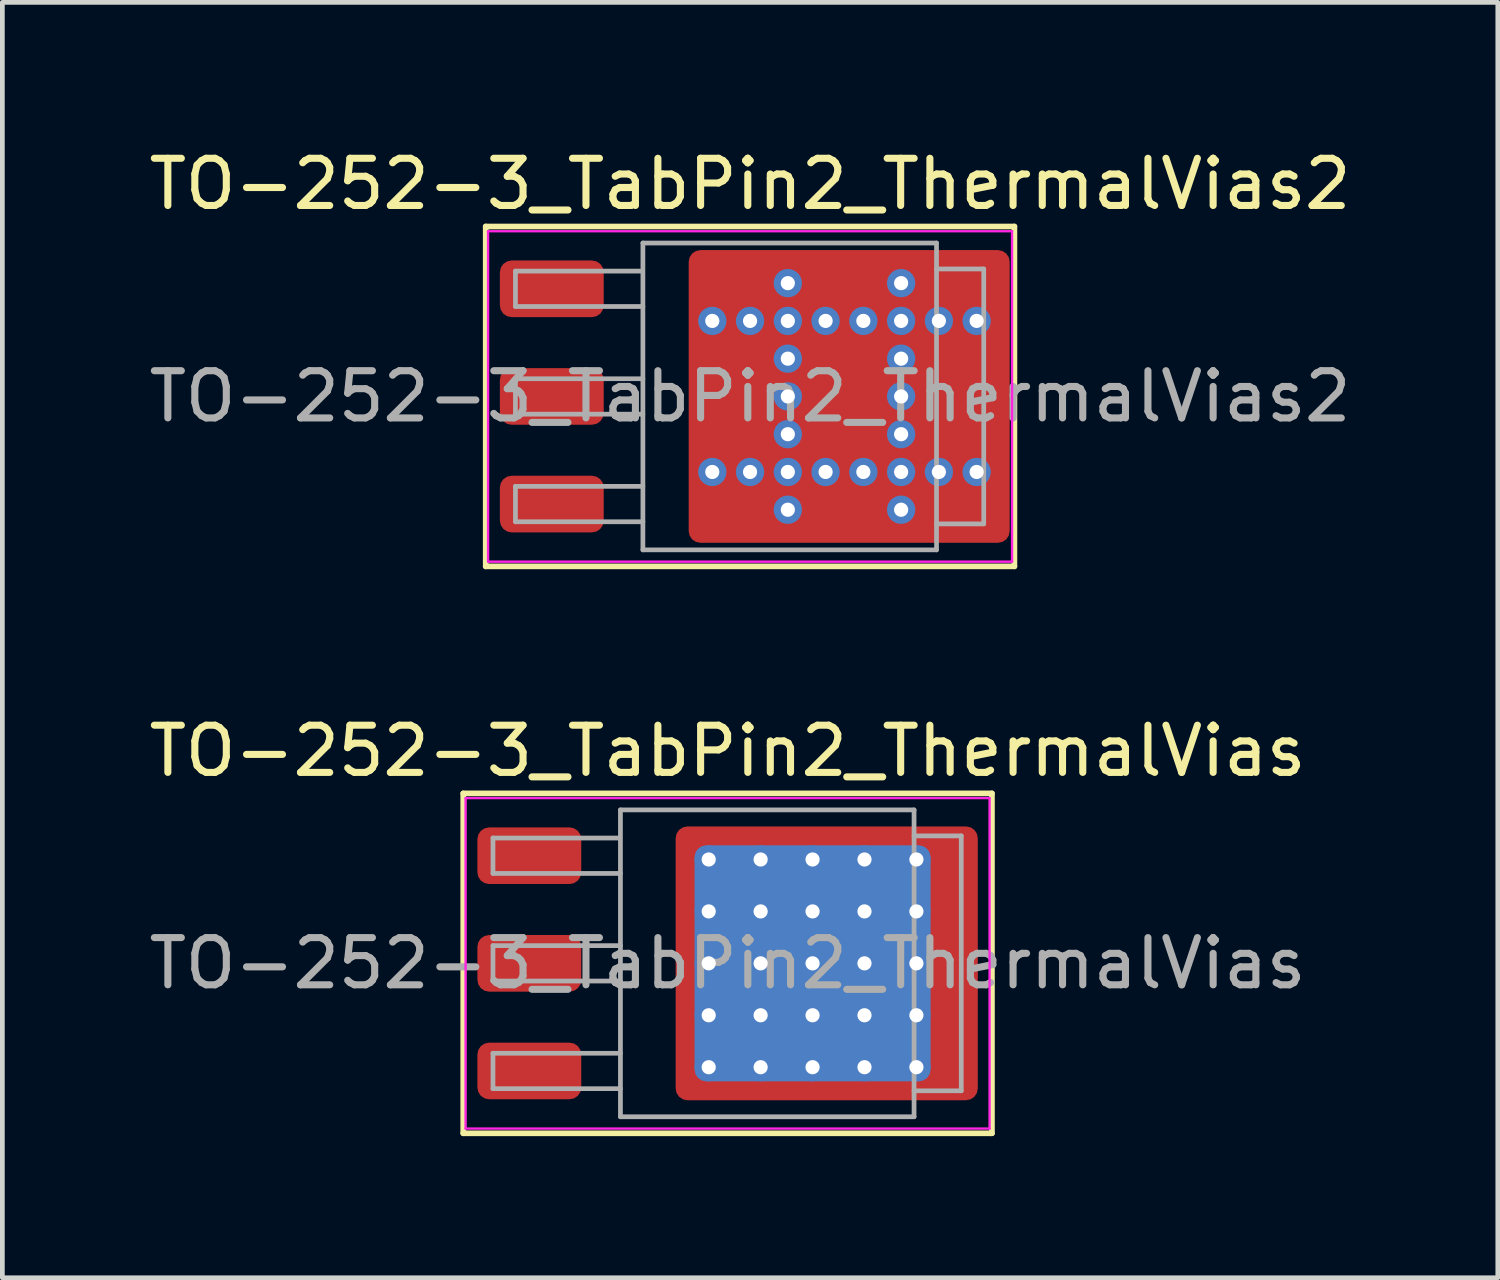
<source format=kicad_pcb>
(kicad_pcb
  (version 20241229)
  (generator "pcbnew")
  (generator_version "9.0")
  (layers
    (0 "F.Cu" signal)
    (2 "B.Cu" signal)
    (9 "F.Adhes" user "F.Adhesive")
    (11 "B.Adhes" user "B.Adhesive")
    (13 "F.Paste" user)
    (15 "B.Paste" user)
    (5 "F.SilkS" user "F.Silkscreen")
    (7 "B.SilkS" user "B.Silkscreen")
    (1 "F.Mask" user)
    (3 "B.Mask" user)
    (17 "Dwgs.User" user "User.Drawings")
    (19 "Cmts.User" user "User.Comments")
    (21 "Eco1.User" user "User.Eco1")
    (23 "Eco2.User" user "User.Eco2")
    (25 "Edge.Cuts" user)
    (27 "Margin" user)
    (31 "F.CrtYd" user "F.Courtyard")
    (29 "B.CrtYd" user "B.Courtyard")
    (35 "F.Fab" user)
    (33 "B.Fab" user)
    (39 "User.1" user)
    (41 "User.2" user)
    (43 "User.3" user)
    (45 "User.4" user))
  (footprint "TO-252-3_TabPin2_ThermalVias"
    (layer "F.Cu")
    (at 12.363 17.357)
    (property "Reference" "TO-252-3_TabPin2_ThermalVias" (at 0 -4.5 0) (layer "F.SilkS") (effects (font (size 1 1) (thickness 0.15))))
    (attr smd)
    (fp_line (start -5.6 -3.6) (end -5.6 3.6) (stroke (width 0.12) (type solid)) (layer "F.SilkS"))
    (fp_line (start -5.6 3.6) (end 5.6 3.6) (stroke (width 0.12) (type solid)) (layer "F.SilkS"))
    (fp_line (start 5.6 -3.6) (end -5.6 -3.6) (stroke (width 0.12) (type solid)) (layer "F.SilkS"))
    (fp_line (start 5.6 3.6) (end 5.6 -3.6) (stroke (width 0.12) (type solid)) (layer "F.SilkS"))
    (fp_line (start -5.55 -3.5) (end -5.55 3.5) (stroke (width 0.05) (type solid)) (layer "F.CrtYd"))
    (fp_line (start -5.55 3.5) (end 5.55 3.5) (stroke (width 0.05) (type solid)) (layer "F.CrtYd"))
    (fp_line (start 5.55 -3.5) (end -5.55 -3.5) (stroke (width 0.05) (type solid)) (layer "F.CrtYd"))
    (fp_line (start 5.55 3.5) (end 5.55 -3.5) (stroke (width 0.05) (type solid)) (layer "F.CrtYd"))
    (fp_line (start -4.97 -2.655) (end -4.97 -1.905) (stroke (width 0.1) (type solid)) (layer "F.Fab"))
    (fp_line (start -4.97 -1.905) (end -2.27 -1.905) (stroke (width 0.1) (type solid)) (layer "F.Fab"))
    (fp_line (start -4.97 -0.375) (end -4.97 0.375) (stroke (width 0.1) (type solid)) (layer "F.Fab"))
    (fp_line (start -4.97 0.375) (end -2.27 0.375) (stroke (width 0.1) (type solid)) (layer "F.Fab"))
    (fp_line (start -4.97 1.905) (end -4.97 2.655) (stroke (width 0.1) (type solid)) (layer "F.Fab"))
    (fp_line (start -4.97 2.655) (end -2.27 2.655) (stroke (width 0.1) (type solid)) (layer "F.Fab"))
    (fp_line (start -2.3 -2.655) (end -4.97 -2.655) (stroke (width 0.1) (type solid)) (layer "F.Fab"))
    (fp_line (start -2.27 -3.25) (end 3.95 -3.25) (stroke (width 0.1) (type solid)) (layer "F.Fab"))
    (fp_line (start -2.27 -0.375) (end -4.97 -0.375) (stroke (width 0.1) (type solid)) (layer "F.Fab"))
    (fp_line (start -2.27 1.905) (end -4.97 1.905) (stroke (width 0.1) (type solid)) (layer "F.Fab"))
    (fp_line (start -2.27 3.25) (end -2.27 -3.25) (stroke (width 0.1) (type solid)) (layer "F.Fab"))
    (fp_line (start 3.95 -3.25) (end 3.95 3.25) (stroke (width 0.1) (type solid)) (layer "F.Fab"))
    (fp_line (start 3.95 -2.7) (end 4.95 -2.7) (stroke (width 0.1) (type solid)) (layer "F.Fab"))
    (fp_line (start 3.95 3.25) (end -2.27 3.25) (stroke (width 0.1) (type solid)) (layer "F.Fab"))
    (fp_line (start 4.95 -2.7) (end 4.95 2.7) (stroke (width 0.1) (type solid)) (layer "F.Fab"))
    (fp_line (start 4.95 2.7) (end 3.95 2.7) (stroke (width 0.1) (type solid)) (layer "F.Fab"))
    (fp_text user "${REFERENCE}" (at 0 0 0) (layer "F.Fab") (effects (font (size 1 1) (thickness 0.15))))
    (pad "" smd roundrect (at -0.8 -2.55 90) (size 0.5 0.5) (layers "F.Paste") (roundrect_rratio 0.25))
    (pad "" smd roundrect (at -0.8 -1.65 90) (size 0.9 0.5) (layers "F.Paste") (roundrect_rratio 0.25))
    (pad "" smd roundrect (at -0.8 -0.55 90) (size 0.9 0.5) (layers "F.Paste") (roundrect_rratio 0.25))
    (pad "" smd roundrect (at -0.8 0.55 90) (size 0.9 0.5) (layers "F.Paste") (roundrect_rratio 0.25))
    (pad "" smd roundrect (at -0.8 1.65 90) (size 0.9 0.5) (layers "F.Paste") (roundrect_rratio 0.25))
    (pad "" smd roundrect (at -0.8 2.6 90) (size 0.5 0.5) (layers "F.Paste") (roundrect_rratio 0.25))
    (pad "" smd roundrect (at 0.15 -2.55) (size 0.9 0.5) (layers "F.Paste") (roundrect_rratio 0.25))
    (pad "" smd roundrect (at 0.15 -1.65) (size 0.9 0.9) (layers "F.Paste") (roundrect_rratio 0.25))
    (pad "" smd roundrect (at 0.15 -0.55) (size 0.9 0.9) (layers "F.Paste") (roundrect_rratio 0.25))
    (pad "" smd roundrect (at 0.15 0.55) (size 0.9 0.9) (layers "F.Paste") (roundrect_rratio 0.25))
    (pad "" smd roundrect (at 0.15 1.65) (size 0.9 0.9) (layers "F.Paste") (roundrect_rratio 0.25))
    (pad "" smd roundrect (at 0.15 2.6) (size 0.9 0.5) (layers "F.Paste") (roundrect_rratio 0.25))
    (pad "" smd roundrect (at 1.25 -2.55) (size 0.9 0.5) (layers "F.Paste") (roundrect_rratio 0.25))
    (pad "" smd roundrect (at 1.25 -1.65) (size 0.9 0.9) (layers "F.Paste") (roundrect_rratio 0.25))
    (pad "" smd roundrect (at 1.25 -0.55) (size 0.9 0.9) (layers "F.Paste") (roundrect_rratio 0.25))
    (pad "" smd roundrect (at 1.25 0.55) (size 0.9 0.9) (layers "F.Paste") (roundrect_rratio 0.25))
    (pad "" smd roundrect (at 1.25 1.65) (size 0.9 0.9) (layers "F.Paste") (roundrect_rratio 0.25))
    (pad "" smd roundrect (at 1.25 2.6) (size 0.9 0.5) (layers "F.Paste") (roundrect_rratio 0.25))
    (pad "" smd roundrect (at 2.35 -2.55) (size 0.9 0.5) (layers "F.Paste") (roundrect_rratio 0.25))
    (pad "" smd roundrect (at 2.35 -1.65) (size 0.9 0.9) (layers "F.Paste") (roundrect_rratio 0.25))
    (pad "" smd roundrect (at 2.35 -0.55) (size 0.9 0.9) (layers "F.Paste") (roundrect_rratio 0.25))
    (pad "" smd roundrect (at 2.35 0.55) (size 0.9 0.9) (layers "F.Paste") (roundrect_rratio 0.25))
    (pad "" smd roundrect (at 2.35 1.65) (size 0.9 0.9) (layers "F.Paste") (roundrect_rratio 0.25))
    (pad "" smd roundrect (at 2.35 2.6) (size 0.9 0.5) (layers "F.Paste") (roundrect_rratio 0.25))
    (pad "" smd roundrect (at 3.45 -2.55) (size 0.9 0.5) (layers "F.Paste") (roundrect_rratio 0.25))
    (pad "" smd roundrect (at 3.45 -1.65) (size 0.9 0.9) (layers "F.Paste") (roundrect_rratio 0.25))
    (pad "" smd roundrect (at 3.45 -0.55) (size 0.9 0.9) (layers "F.Paste") (roundrect_rratio 0.25))
    (pad "" smd roundrect (at 3.45 0.55) (size 0.9 0.9) (layers "F.Paste") (roundrect_rratio 0.25))
    (pad "" smd roundrect (at 3.45 1.65) (size 0.9 0.9) (layers "F.Paste") (roundrect_rratio 0.25))
    (pad "" smd roundrect (at 3.45 2.6) (size 0.9 0.5) (layers "F.Paste") (roundrect_rratio 0.25))
    (pad "" smd roundrect (at 4.6 -2.55 90) (size 0.5 0.9) (layers "F.Paste") (roundrect_rratio 0.25))
    (pad "" smd roundrect (at 4.6 -1.65 90) (size 0.9 0.9) (layers "F.Paste") (roundrect_rratio 0.25))
    (pad "" smd roundrect (at 4.6 -0.55 90) (size 0.9 0.9) (layers "F.Paste") (roundrect_rratio 0.25))
    (pad "" smd roundrect (at 4.6 0.55 90) (size 0.9 0.9) (layers "F.Paste") (roundrect_rratio 0.25))
    (pad "" smd roundrect (at 4.6 1.65 90) (size 0.9 0.9) (layers "F.Paste") (roundrect_rratio 0.25))
    (pad "" smd roundrect (at 4.6 2.6 90) (size 0.5 0.9) (layers "F.Paste") (roundrect_rratio 0.25))
    (pad "1" smd roundrect (at -4.2 -2.28) (size 2.2 1.2) (layers "F.Cu" "F.Mask" "F.Paste") (roundrect_rratio 0.208))
    (pad "2" smd roundrect (at -4.2 0) (size 2.2 1.2) (layers "F.Cu" "F.Mask" "F.Paste") (roundrect_rratio 0.208))
    (pad "2" thru_hole circle (at -0.4 -2.2) (size 0.6 0.6) (drill 0.3) (property pad_prop_heatsink) (layers "*.Cu"))
    (pad "2" thru_hole circle (at -0.4 -1.1) (size 0.6 0.6) (drill 0.3) (property pad_prop_heatsink) (layers "*.Cu"))
    (pad "2" thru_hole circle (at -0.4 0) (size 0.6 0.6) (drill 0.3) (property pad_prop_heatsink) (layers "*.Cu"))
    (pad "2" thru_hole circle (at -0.4 1.1) (size 0.6 0.6) (drill 0.3) (property pad_prop_heatsink) (layers "*.Cu"))
    (pad "2" thru_hole circle (at -0.4 2.2) (size 0.6 0.6) (drill 0.3) (property pad_prop_heatsink) (layers "*.Cu"))
    (pad "2" thru_hole circle (at 0.7 -2.2) (size 0.6 0.6) (drill 0.3) (property pad_prop_heatsink) (layers "*.Cu"))
    (pad "2" thru_hole circle (at 0.7 -1.1) (size 0.6 0.6) (drill 0.3) (property pad_prop_heatsink) (layers "*.Cu"))
    (pad "2" thru_hole circle (at 0.7 0) (size 0.6 0.6) (drill 0.3) (property pad_prop_heatsink) (layers "*.Cu"))
    (pad "2" thru_hole circle (at 0.7 1.1) (size 0.6 0.6) (drill 0.3) (property pad_prop_heatsink) (layers "*.Cu"))
    (pad "2" thru_hole circle (at 0.7 2.2) (size 0.6 0.6) (drill 0.3) (property pad_prop_heatsink) (layers "*.Cu"))
    (pad "2" thru_hole circle (at 1.8 -2.2) (size 0.6 0.6) (drill 0.3) (property pad_prop_heatsink) (layers "*.Cu"))
    (pad "2" thru_hole circle (at 1.8 -1.1) (size 0.6 0.6) (drill 0.3) (property pad_prop_heatsink) (layers "*.Cu"))
    (pad "2" thru_hole circle (at 1.8 0) (size 0.6 0.6) (drill 0.3) (property pad_prop_heatsink) (layers "*.Cu"))
    (pad "2" smd roundrect (at 1.8 0) (size 5 5) (layers "B.Cu" "B.Mask") (roundrect_rratio 0.05))
    (pad "2" thru_hole circle (at 1.8 1.1) (size 0.6 0.6) (drill 0.3) (property pad_prop_heatsink) (layers "*.Cu"))
    (pad "2" thru_hole circle (at 1.8 2.2) (size 0.6 0.6) (drill 0.3) (property pad_prop_heatsink) (layers "*.Cu"))
    (pad "2" smd roundrect (at 2.1 0) (size 6.4 5.8) (layers "F.Cu" "F.Mask") (roundrect_rratio 0.043))
    (pad "2" thru_hole circle (at 2.9 -2.2) (size 0.6 0.6) (drill 0.3) (property pad_prop_heatsink) (layers "*.Cu"))
    (pad "2" thru_hole circle (at 2.9 -1.1) (size 0.6 0.6) (drill 0.3) (property pad_prop_heatsink) (layers "*.Cu"))
    (pad "2" thru_hole circle (at 2.9 0) (size 0.6 0.6) (drill 0.3) (property pad_prop_heatsink) (layers "*.Cu"))
    (pad "2" thru_hole circle (at 2.9 1.1) (size 0.6 0.6) (drill 0.3) (property pad_prop_heatsink) (layers "*.Cu"))
    (pad "2" thru_hole circle (at 2.9 2.2) (size 0.6 0.6) (drill 0.3) (property pad_prop_heatsink) (layers "*.Cu"))
    (pad "2" thru_hole circle (at 4 -2.2) (size 0.6 0.6) (drill 0.3) (property pad_prop_heatsink) (layers "*.Cu"))
    (pad "2" thru_hole circle (at 4 -1.1) (size 0.6 0.6) (drill 0.3) (property pad_prop_heatsink) (layers "*.Cu"))
    (pad "2" thru_hole circle (at 4 0) (size 0.6 0.6) (drill 0.3) (property pad_prop_heatsink) (layers "*.Cu"))
    (pad "2" thru_hole circle (at 4 1.1) (size 0.6 0.6) (drill 0.3) (property pad_prop_heatsink) (layers "*.Cu"))
    (pad "2" thru_hole circle (at 4 2.2) (size 0.6 0.6) (drill 0.3) (property pad_prop_heatsink) (layers "*.Cu"))
    (pad "3" smd roundrect (at -4.2 2.28) (size 2.2 1.2) (layers "F.Cu" "F.Mask" "F.Paste") (roundrect_rratio 0.208)))
  (footprint "TO-252-3_TabPin2_ThermalVias2"
    (layer "F.Cu")
    (at 12.839 5.348)
    (property "Reference" "TO-252-3_TabPin2_ThermalVias2" (at 0 -4.5 0) (layer "F.SilkS") (effects (font (size 1 1) (thickness 0.15))))
    (attr smd)
    (fp_line (start -5.6 -3.6) (end -5.6 3.6) (stroke (width 0.12) (type solid)) (layer "F.SilkS"))
    (fp_line (start -5.6 3.6) (end 5.6 3.6) (stroke (width 0.12) (type solid)) (layer "F.SilkS"))
    (fp_line (start 5.6 -3.6) (end -5.6 -3.6) (stroke (width 0.12) (type solid)) (layer "F.SilkS"))
    (fp_line (start 5.6 3.6) (end 5.6 -3.6) (stroke (width 0.12) (type solid)) (layer "F.SilkS"))
    (fp_line (start -5.55 -3.5) (end -5.55 3.5) (stroke (width 0.05) (type solid)) (layer "F.CrtYd"))
    (fp_line (start -5.55 3.5) (end 5.55 3.5) (stroke (width 0.05) (type solid)) (layer "F.CrtYd"))
    (fp_line (start 5.55 -3.5) (end -5.55 -3.5) (stroke (width 0.05) (type solid)) (layer "F.CrtYd"))
    (fp_line (start 5.55 3.5) (end 5.55 -3.5) (stroke (width 0.05) (type solid)) (layer "F.CrtYd"))
    (fp_line (start -4.97 -2.655) (end -4.97 -1.905) (stroke (width 0.1) (type solid)) (layer "F.Fab"))
    (fp_line (start -4.97 -1.905) (end -2.27 -1.905) (stroke (width 0.1) (type solid)) (layer "F.Fab"))
    (fp_line (start -4.97 -0.375) (end -4.97 0.375) (stroke (width 0.1) (type solid)) (layer "F.Fab"))
    (fp_line (start -4.97 0.375) (end -2.27 0.375) (stroke (width 0.1) (type solid)) (layer "F.Fab"))
    (fp_line (start -4.97 1.905) (end -4.97 2.655) (stroke (width 0.1) (type solid)) (layer "F.Fab"))
    (fp_line (start -4.97 2.655) (end -2.27 2.655) (stroke (width 0.1) (type solid)) (layer "F.Fab"))
    (fp_line (start -2.3 -2.655) (end -4.97 -2.655) (stroke (width 0.1) (type solid)) (layer "F.Fab"))
    (fp_line (start -2.27 -3.25) (end 3.95 -3.25) (stroke (width 0.1) (type solid)) (layer "F.Fab"))
    (fp_line (start -2.27 -0.375) (end -4.97 -0.375) (stroke (width 0.1) (type solid)) (layer "F.Fab"))
    (fp_line (start -2.27 1.905) (end -4.97 1.905) (stroke (width 0.1) (type solid)) (layer "F.Fab"))
    (fp_line (start -2.27 3.25) (end -2.27 -3.25) (stroke (width 0.1) (type solid)) (layer "F.Fab"))
    (fp_line (start 3.95 -3.25) (end 3.95 3.25) (stroke (width 0.1) (type solid)) (layer "F.Fab"))
    (fp_line (start 3.95 -2.7) (end 4.95 -2.7) (stroke (width 0.1) (type solid)) (layer "F.Fab"))
    (fp_line (start 3.95 3.25) (end -2.27 3.25) (stroke (width 0.1) (type solid)) (layer "F.Fab"))
    (fp_line (start 4.95 -2.7) (end 4.95 2.7) (stroke (width 0.1) (type solid)) (layer "F.Fab"))
    (fp_line (start 4.95 2.7) (end 3.95 2.7) (stroke (width 0.1) (type solid)) (layer "F.Fab"))
    (fp_text user "${REFERENCE}" (at 0 0 0) (layer "F.Fab") (effects (font (size 1 1) (thickness 0.15))))
    (pad "" smd roundrect (at -0.7 -2.4) (size 0.6 0.8) (layers "F.Paste") (roundrect_rratio 0.25))
    (pad "" smd roundrect (at -0.7 -0.875) (size 0.6 0.65) (layers "F.Paste") (roundrect_rratio 0.25))
    (pad "" smd roundrect (at -0.7 0) (size 0.6 0.7) (layers "F.Paste") (roundrect_rratio 0.25))
    (pad "" smd roundrect (at -0.7 0.875) (size 0.6 0.65) (layers "F.Paste") (roundrect_rratio 0.25))
    (pad "" smd roundrect (at -0.7 2.4) (size 0.6 0.8) (layers "F.Paste") (roundrect_rratio 0.25))
    (pad "" smd roundrect (at -0.3 -2.4 90) (size 1 1.6) (layers "F.Mask") (roundrect_rratio 0.25))
    (pad "" smd roundrect (at -0.3 0 90) (size 2.6 1.6) (layers "F.Mask") (roundrect_rratio 0.156))
    (pad "" smd roundrect (at -0.3 2.4 90) (size 1 1.6) (layers "F.Mask") (roundrect_rratio 0.25))
    (pad "" smd roundrect (at 0.1 -2.4) (size 0.6 0.8) (layers "F.Paste") (roundrect_rratio 0.25))
    (pad "" smd roundrect (at 0.1 -0.875) (size 0.6 0.65) (layers "F.Paste") (roundrect_rratio 0.25))
    (pad "" smd roundrect (at 0.1 0) (size 0.6 0.7) (layers "F.Paste") (roundrect_rratio 0.25))
    (pad "" smd roundrect (at 0.1 0.875) (size 0.6 0.65) (layers "F.Paste") (roundrect_rratio 0.25))
    (pad "" smd roundrect (at 0.1 2.4) (size 0.6 0.8) (layers "F.Paste") (roundrect_rratio 0.25))
    (pad "" smd roundrect (at 1.575 -2.4) (size 0.65 0.8) (layers "F.Paste") (roundrect_rratio 0.25))
    (pad "" smd roundrect (at 1.575 -0.875) (size 0.65 0.65) (layers "F.Paste") (roundrect_rratio 0.25))
    (pad "" smd roundrect (at 1.575 0) (size 0.65 0.7) (layers "F.Paste") (roundrect_rratio 0.25))
    (pad "" smd roundrect (at 1.575 0.875) (size 0.65 0.65) (layers "F.Paste") (roundrect_rratio 0.25))
    (pad "" smd roundrect (at 1.575 2.4) (size 0.65 0.8) (layers "F.Paste") (roundrect_rratio 0.25))
    (pad "" smd roundrect (at 2 -2.4 90) (size 1 1.8) (layers "F.Mask") (roundrect_rratio 0.25))
    (pad "" smd roundrect (at 2 0 90) (size 2.6 1.8) (layers "F.Mask") (roundrect_rratio 0.139))
    (pad "" smd roundrect (at 2 2.4 90) (size 1 1.8) (layers "F.Mask") (roundrect_rratio 0.25))
    (pad "" smd roundrect (at 2.425 -2.4) (size 0.65 0.8) (layers "F.Paste") (roundrect_rratio 0.25))
    (pad "" smd roundrect (at 2.425 -0.875) (size 0.65 0.65) (layers "F.Paste") (roundrect_rratio 0.25))
    (pad "" smd roundrect (at 2.425 0) (size 0.65 0.7) (layers "F.Paste") (roundrect_rratio 0.25))
    (pad "" smd roundrect (at 2.425 0.875) (size 0.65 0.65) (layers "F.Paste") (roundrect_rratio 0.25))
    (pad "" smd roundrect (at 2.425 2.4) (size 0.65 0.8) (layers "F.Paste") (roundrect_rratio 0.25))
    (pad "" smd roundrect (at 3.975 -2.4) (size 0.65 0.8) (layers "F.Paste") (roundrect_rratio 0.25))
    (pad "" smd roundrect (at 3.975 -0.875) (size 0.65 0.65) (layers "F.Paste") (roundrect_rratio 0.25))
    (pad "" smd roundrect (at 3.975 0) (size 0.65 0.7) (layers "F.Paste") (roundrect_rratio 0.25))
    (pad "" smd roundrect (at 3.975 0.875) (size 0.65 0.65) (layers "F.Paste") (roundrect_rratio 0.25))
    (pad "" smd roundrect (at 3.975 2.4) (size 0.65 0.8) (layers "F.Paste") (roundrect_rratio 0.25))
    (pad "" smd roundrect (at 4.4 -2.4 90) (size 1 1.8) (layers "F.Mask") (roundrect_rratio 0.25))
    (pad "" smd roundrect (at 4.4 0 90) (size 2.6 1.8) (layers "F.Mask") (roundrect_rratio 0.139))
    (pad "" smd roundrect (at 4.4 2.4 90) (size 1 1.8) (layers "F.Mask") (roundrect_rratio 0.25))
    (pad "" smd roundrect (at 4.825 -2.4) (size 0.65 0.8) (layers "F.Paste") (roundrect_rratio 0.25))
    (pad "" smd roundrect (at 4.825 -0.875) (size 0.65 0.65) (layers "F.Paste") (roundrect_rratio 0.25))
    (pad "" smd roundrect (at 4.825 0) (size 0.65 0.7) (layers "F.Paste") (roundrect_rratio 0.25))
    (pad "" smd roundrect (at 4.825 0.875) (size 0.65 0.65) (layers "F.Paste") (roundrect_rratio 0.25))
    (pad "" smd roundrect (at 4.825 2.4) (size 0.65 0.8) (layers "F.Paste") (roundrect_rratio 0.25))
    (pad "1" smd roundrect (at -4.2 -2.28) (size 2.2 1.2) (layers "F.Cu" "F.Mask" "F.Paste") (roundrect_rratio 0.208))
    (pad "2" smd roundrect (at -4.2 0) (size 2.2 1.2) (layers "F.Cu" "F.Mask" "F.Paste") (roundrect_rratio 0.208))
    (pad "2" thru_hole circle (at -0.8 -1.6) (size 0.6 0.6) (drill 0.3) (property pad_prop_heatsink) (layers "*.Cu" "*.Mask"))
    (pad "2" thru_hole circle (at -0.8 1.6) (size 0.6 0.6) (drill 0.3) (property pad_prop_heatsink) (layers "*.Cu" "*.Mask"))
    (pad "2" thru_hole circle (at 0 -1.6) (size 0.6 0.6) (drill 0.3) (property pad_prop_heatsink) (layers "*.Cu" "*.Mask"))
    (pad "2" thru_hole circle (at 0 1.6) (size 0.6 0.6) (drill 0.3) (property pad_prop_heatsink) (layers "*.Cu" "*.Mask"))
    (pad "2" thru_hole circle (at 0.8 -2.4) (size 0.6 0.6) (drill 0.3) (property pad_prop_heatsink) (layers "*.Cu" "*.Mask"))
    (pad "2" thru_hole circle (at 0.8 -1.6) (size 0.6 0.6) (drill 0.3) (property pad_prop_heatsink) (layers "*.Cu" "*.Mask"))
    (pad "2" thru_hole circle (at 0.8 -0.8) (size 0.6 0.6) (drill 0.3) (property pad_prop_heatsink) (layers "*.Cu" "*.Mask"))
    (pad "2" thru_hole circle (at 0.8 0) (size 0.6 0.6) (drill 0.3) (property pad_prop_heatsink) (layers "*.Cu" "*.Mask"))
    (pad "2" thru_hole circle (at 0.8 0.8) (size 0.6 0.6) (drill 0.3) (property pad_prop_heatsink) (layers "*.Cu" "*.Mask"))
    (pad "2" thru_hole circle (at 0.8 1.6) (size 0.6 0.6) (drill 0.3) (property pad_prop_heatsink) (layers "*.Cu" "*.Mask"))
    (pad "2" thru_hole circle (at 0.8 2.4) (size 0.6 0.6) (drill 0.3) (property pad_prop_heatsink) (layers "*.Cu" "*.Mask"))
    (pad "2" thru_hole circle (at 1.6 -1.6) (size 0.6 0.6) (drill 0.3) (property pad_prop_heatsink) (layers "*.Cu" "*.Mask"))
    (pad "2" thru_hole circle (at 1.6 1.6) (size 0.6 0.6) (drill 0.3) (property pad_prop_heatsink) (layers "*.Cu" "*.Mask"))
    (pad "2" smd roundrect (at 2.1 0) (size 6.8 6.2) (layers "F.Cu") (roundrect_rratio 0.04))
    (pad "2" thru_hole circle (at 2.4 -1.6) (size 0.6 0.6) (drill 0.3) (property pad_prop_heatsink) (layers "*.Cu" "*.Mask"))
    (pad "2" thru_hole circle (at 2.4 1.6) (size 0.6 0.6) (drill 0.3) (property pad_prop_heatsink) (layers "*.Cu" "*.Mask"))
    (pad "2" thru_hole circle (at 3.2 -2.4) (size 0.6 0.6) (drill 0.3) (property pad_prop_heatsink) (layers "*.Cu" "*.Mask"))
    (pad "2" thru_hole circle (at 3.2 -1.6) (size 0.6 0.6) (drill 0.3) (property pad_prop_heatsink) (layers "*.Cu" "*.Mask"))
    (pad "2" thru_hole circle (at 3.2 -0.8) (size 0.6 0.6) (drill 0.3) (property pad_prop_heatsink) (layers "*.Cu" "*.Mask"))
    (pad "2" thru_hole circle (at 3.2 0) (size 0.6 0.6) (drill 0.3) (property pad_prop_heatsink) (layers "*.Cu" "*.Mask"))
    (pad "2" thru_hole circle (at 3.2 0.8) (size 0.6 0.6) (drill 0.3) (property pad_prop_heatsink) (layers "*.Cu" "*.Mask"))
    (pad "2" thru_hole circle (at 3.2 1.6) (size 0.6 0.6) (drill 0.3) (property pad_prop_heatsink) (layers "*.Cu" "*.Mask"))
    (pad "2" thru_hole circle (at 3.2 2.4) (size 0.6 0.6) (drill 0.3) (property pad_prop_heatsink) (layers "*.Cu" "*.Mask"))
    (pad "2" thru_hole circle (at 4 -1.6) (size 0.6 0.6) (drill 0.3) (property pad_prop_heatsink) (layers "*.Cu" "*.Mask"))
    (pad "2" thru_hole circle (at 4 1.6) (size 0.6 0.6) (drill 0.3) (property pad_prop_heatsink) (layers "*.Cu" "*.Mask"))
    (pad "2" thru_hole circle (at 4.8 -1.6) (size 0.6 0.6) (drill 0.3) (property pad_prop_heatsink) (layers "*.Cu" "*.Mask"))
    (pad "2" thru_hole circle (at 4.8 1.6) (size 0.6 0.6) (drill 0.3) (property pad_prop_heatsink) (layers "*.Cu" "*.Mask"))
    (pad "3" smd roundrect (at -4.2 2.28) (size 2.2 1.2) (layers "F.Cu" "F.Mask" "F.Paste") (roundrect_rratio 0.208)))
  (gr_rect
    (start -3 -3)
    (end 28.679 24.017)
    (stroke (width 0.1) (type default))
    (fill no)
    (layer "Edge.Cuts")))
</source>
